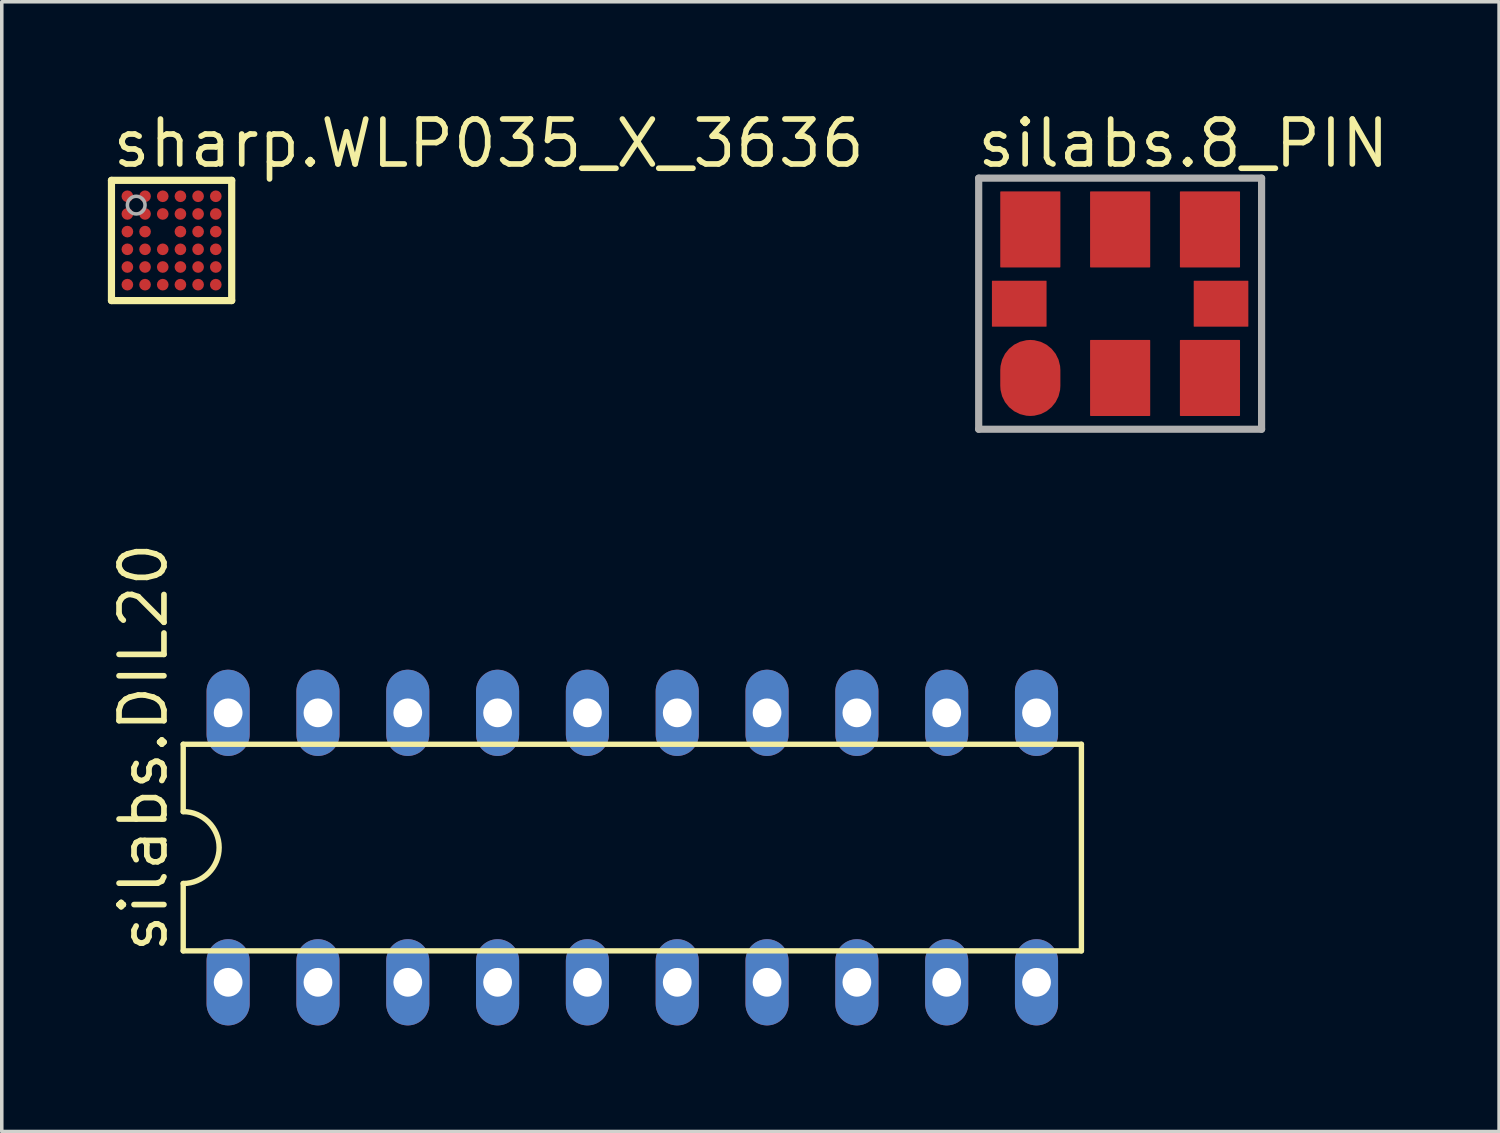
<source format=kicad_pcb>
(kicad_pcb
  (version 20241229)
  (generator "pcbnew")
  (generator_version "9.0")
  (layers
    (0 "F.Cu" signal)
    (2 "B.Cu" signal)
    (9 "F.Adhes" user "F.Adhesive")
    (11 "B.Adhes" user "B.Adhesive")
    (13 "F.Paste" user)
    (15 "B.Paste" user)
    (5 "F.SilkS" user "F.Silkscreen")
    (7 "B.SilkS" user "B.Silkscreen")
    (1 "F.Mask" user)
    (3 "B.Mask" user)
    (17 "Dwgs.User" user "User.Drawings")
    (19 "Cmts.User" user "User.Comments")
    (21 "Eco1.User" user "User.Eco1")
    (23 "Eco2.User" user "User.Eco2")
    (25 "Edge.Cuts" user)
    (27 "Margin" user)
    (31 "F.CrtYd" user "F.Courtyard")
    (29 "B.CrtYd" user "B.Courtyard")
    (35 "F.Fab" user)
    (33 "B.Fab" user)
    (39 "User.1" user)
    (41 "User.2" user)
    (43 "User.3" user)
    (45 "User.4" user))
  (footprint "silabs.8_PIN"
    (layer "F.Cu")
    (at 28.626 5.538)
    (property "Reference" "silabs.8_PIN" (at -4.122 -3.788 0) (layer "F.SilkS") (effects (font (size 1.27 1.27) (thickness 0.16)) (justify left bottom)))
    (attr smd)
    (fp_rect (start -3.725 0.75) (end -1.975 -0.75) (stroke (width 0.05) (type default)) (fill yes) (layer "F.Mask"))
    (fp_rect (start -3.5 -0.925) (end -1.575 -3.275) (stroke (width 0.05) (type default)) (fill yes) (layer "F.Mask"))
    (fp_rect (start -0.965 3.275) (end 0.96 0.925) (stroke (width 0.05) (type default)) (fill yes) (layer "F.Mask"))
    (fp_rect (start -0.96 -0.925) (end 0.965 -3.275) (stroke (width 0.05) (type default)) (fill yes) (layer "F.Mask"))
    (fp_rect (start 1.575 3.275) (end 3.5 0.925) (stroke (width 0.05) (type default)) (fill yes) (layer "F.Mask"))
    (fp_rect (start 1.58 -0.925) (end 3.505 -3.275) (stroke (width 0.05) (type default)) (fill yes) (layer "F.Mask"))
    (fp_rect (start 1.975 0.75) (end 3.725 -0.75) (stroke (width 0.05) (type default)) (fill yes) (layer "F.Mask"))
    (fp_poly (pts (xy -3.375 2.75) (xy -3.375 1.45) (xy -2.975 1.05) (xy -2.125 1.05) (xy -1.725 1.45) (xy -1.725 2.775) (xy -2.1 3.15) (xy -2.95 3.15)) (stroke (width 0.203) (type default)) (fill yes) (layer "F.Mask"))
    (fp_rect (start -3.55 0.6) (end -2.15 -0.6) (stroke (width 0.05) (type default)) (fill yes) (layer "F.Paste"))
    (fp_rect (start -3.325 -1.075) (end -1.75 -3.1) (stroke (width 0.05) (type default)) (fill yes) (layer "F.Paste"))
    (fp_rect (start -0.775 -1.075) (end 0.775 -3.1) (stroke (width 0.05) (type default)) (fill yes) (layer "F.Paste"))
    (fp_rect (start -0.775 3.1) (end 0.775 1.075) (stroke (width 0.05) (type default)) (fill yes) (layer "F.Paste"))
    (fp_rect (start 1.75 3.1) (end 3.325 1.075) (stroke (width 0.05) (type default)) (fill yes) (layer "F.Paste"))
    (fp_rect (start 1.775 -1.075) (end 3.325 -3.1) (stroke (width 0.05) (type default)) (fill yes) (layer "F.Paste"))
    (fp_rect (start 2.15 0.6) (end 3.55 -0.6) (stroke (width 0.05) (type default)) (fill yes) (layer "F.Paste"))
    (fp_poly (pts (xy -3.2 2.775) (xy -3.2 1.45) (xy -2.925 1.2) (xy -2.125 1.2) (xy -1.875 1.45) (xy -1.875 2.75) (xy -2.125 3) (xy -2.975 3)) (stroke (width 0.203) (type default)) (fill yes) (layer "F.Paste"))
    (fp_line (start -4 -3.55) (end 4 -3.55) (stroke (width 0.203) (type default)) (layer "F.Fab"))
    (fp_line (start -4 3.55) (end -4 -3.55) (stroke (width 0.203) (type default)) (layer "F.Fab"))
    (fp_line (start 4 -3.55) (end 4 3.55) (stroke (width 0.203) (type default)) (layer "F.Fab"))
    (fp_line (start 4 3.55) (end -4 3.55) (stroke (width 0.203) (type default)) (layer "F.Fab"))
    (pad "1" smd roundrect (at -2.54 2.1) (size 1.7 2.15) (layers "F.Cu" "F.Mask" "F.Paste") (roundrect_rratio 0.5))
    (pad "2" smd roundrect (at 0 2.1) (size 1.7 2.15) (layers "F.Cu" "F.Mask" "F.Paste") (roundrect_rratio 0.01))
    (pad "3" smd roundrect (at 2.54 2.1) (size 1.7 2.15) (layers "F.Cu" "F.Mask" "F.Paste") (roundrect_rratio 0.01))
    (pad "4" smd roundrect (at 2.54 -2.1) (size 1.7 2.15) (layers "F.Cu" "F.Mask" "F.Paste") (roundrect_rratio 0.01))
    (pad "5" smd roundrect (at 0 -2.1) (size 1.7 2.15) (layers "F.Cu" "F.Mask" "F.Paste") (roundrect_rratio 0.01))
    (pad "6" smd roundrect (at -2.54 -2.1) (size 1.7 2.15) (layers "F.Cu" "F.Mask" "F.Paste") (roundrect_rratio 0.01))
    (pad "7" smd roundrect (at -2.853 0) (size 1.545 1.3) (layers "F.Cu" "F.Mask" "F.Paste") (roundrect_rratio 0.01))
    (pad "8" smd roundrect (at 2.853 0) (size 1.545 1.3) (layers "F.Cu" "F.Mask" "F.Paste") (roundrect_rratio 0.01)))
  (footprint "silabs.DIL20"
    (layer "F.Cu")
    (at 14.831 20.918)
    (property "Reference" "silabs.DIL20" (at -13.081 3.048 90) (layer "F.SilkS") (effects (font (size 1.27 1.27) (thickness 0.16)) (justify left bottom)))
    (attr through_hole)
    (fp_line (start -12.7 -2.921) (end -12.7 -1.016) (stroke (width 0.152) (type default)) (layer "F.SilkS"))
    (fp_line (start -12.7 2.921) (end -12.7 1.016) (stroke (width 0.152) (type default)) (layer "F.SilkS"))
    (fp_line (start -12.7 2.921) (end 12.7 2.921) (stroke (width 0.152) (type default)) (layer "F.SilkS"))
    (fp_line (start 12.7 -2.921) (end -12.7 -2.921) (stroke (width 0.152) (type default)) (layer "F.SilkS"))
    (fp_line (start 12.7 -2.921) (end 12.7 2.921) (stroke (width 0.152) (type default)) (layer "F.SilkS"))
    (fp_arc (start -12.7 -1.016) (mid -11.684 0) (end -12.7 1.016) (stroke (width 0.1524) (type default)) (layer "F.SilkS"))
    (pad "1" thru_hole oval (at -11.43 3.81 90) (size 2.438 1.219) (drill 0.813) (layers "*.Cu" "*.Mask"))
    (pad "2" thru_hole oval (at -8.89 3.81 90) (size 2.438 1.219) (drill 0.813) (layers "*.Cu" "*.Mask"))
    (pad "3" thru_hole oval (at -6.35 3.81 90) (size 2.438 1.219) (drill 0.813) (layers "*.Cu" "*.Mask"))
    (pad "4" thru_hole oval (at -3.81 3.81 90) (size 2.438 1.219) (drill 0.813) (layers "*.Cu" "*.Mask"))
    (pad "5" thru_hole oval (at -1.27 3.81 90) (size 2.438 1.219) (drill 0.813) (layers "*.Cu" "*.Mask"))
    (pad "6" thru_hole oval (at 1.27 3.81 90) (size 2.438 1.219) (drill 0.813) (layers "*.Cu" "*.Mask"))
    (pad "7" thru_hole oval (at 3.81 3.81 90) (size 2.438 1.219) (drill 0.813) (layers "*.Cu" "*.Mask"))
    (pad "8" thru_hole oval (at 6.35 3.81 90) (size 2.438 1.219) (drill 0.813) (layers "*.Cu" "*.Mask"))
    (pad "9" thru_hole oval (at 8.89 3.81 90) (size 2.438 1.219) (drill 0.813) (layers "*.Cu" "*.Mask"))
    (pad "10" thru_hole oval (at 11.43 3.81 90) (size 2.438 1.219) (drill 0.813) (layers "*.Cu" "*.Mask"))
    (pad "11" thru_hole oval (at 11.43 -3.81 90) (size 2.438 1.219) (drill 0.813) (layers "*.Cu" "*.Mask"))
    (pad "12" thru_hole oval (at 8.89 -3.81 90) (size 2.438 1.219) (drill 0.813) (layers "*.Cu" "*.Mask"))
    (pad "13" thru_hole oval (at 6.35 -3.81 90) (size 2.438 1.219) (drill 0.813) (layers "*.Cu" "*.Mask"))
    (pad "14" thru_hole oval (at 3.81 -3.81 90) (size 2.438 1.219) (drill 0.813) (layers "*.Cu" "*.Mask"))
    (pad "15" thru_hole oval (at 1.27 -3.81 90) (size 2.438 1.219) (drill 0.813) (layers "*.Cu" "*.Mask"))
    (pad "16" thru_hole oval (at -1.27 -3.81 90) (size 2.438 1.219) (drill 0.813) (layers "*.Cu" "*.Mask"))
    (pad "17" thru_hole oval (at -3.81 -3.81 90) (size 2.438 1.219) (drill 0.813) (layers "*.Cu" "*.Mask"))
    (pad "18" thru_hole oval (at -6.35 -3.81 90) (size 2.438 1.219) (drill 0.813) (layers "*.Cu" "*.Mask"))
    (pad "19" thru_hole oval (at -8.89 -3.81 90) (size 2.438 1.219) (drill 0.813) (layers "*.Cu" "*.Mask"))
    (pad "20" thru_hole oval (at -11.43 -3.81 90) (size 2.438 1.219) (drill 0.813) (layers "*.Cu" "*.Mask")))
  (footprint "sharp.WLP035_X_3636"
    (layer "F.Cu")
    (at 1.802 3.75)
    (property "Reference" "sharp.WLP035_X_3636" (at -1.75 -2 0) (layer "F.SilkS") (effects (font (size 1.27 1.27) (thickness 0.16)) (justify left bottom)))
    (attr smd)
    (fp_circle (center -1.25 -1.25) (end -1.05 -1.25) (stroke (width 0.1) (type default)) (fill no) (layer "F.Mask"))
    (fp_circle (center -1.25 -0.75) (end -1.05 -0.75) (stroke (width 0.1) (type default)) (fill no) (layer "F.Mask"))
    (fp_circle (center -1.25 -0.25) (end -1.05 -0.25) (stroke (width 0.1) (type default)) (fill no) (layer "F.Mask"))
    (fp_circle (center -1.25 0.25) (end -1.05 0.25) (stroke (width 0.1) (type default)) (fill no) (layer "F.Mask"))
    (fp_circle (center -1.25 0.75) (end -1.05 0.75) (stroke (width 0.1) (type default)) (fill no) (layer "F.Mask"))
    (fp_circle (center -1.25 1.25) (end -1.05 1.25) (stroke (width 0.1) (type default)) (fill no) (layer "F.Mask"))
    (fp_circle (center -0.75 -1.25) (end -0.55 -1.25) (stroke (width 0.1) (type default)) (fill no) (layer "F.Mask"))
    (fp_circle (center -0.75 -0.75) (end -0.55 -0.75) (stroke (width 0.1) (type default)) (fill no) (layer "F.Mask"))
    (fp_circle (center -0.75 -0.25) (end -0.55 -0.25) (stroke (width 0.1) (type default)) (fill no) (layer "F.Mask"))
    (fp_circle (center -0.75 0.25) (end -0.55 0.25) (stroke (width 0.1) (type default)) (fill no) (layer "F.Mask"))
    (fp_circle (center -0.75 0.75) (end -0.55 0.75) (stroke (width 0.1) (type default)) (fill no) (layer "F.Mask"))
    (fp_circle (center -0.75 1.25) (end -0.55 1.25) (stroke (width 0.1) (type default)) (fill no) (layer "F.Mask"))
    (fp_circle (center -0.25 -1.25) (end -0.05 -1.25) (stroke (width 0.1) (type default)) (fill no) (layer "F.Mask"))
    (fp_circle (center -0.25 -0.75) (end -0.05 -0.75) (stroke (width 0.1) (type default)) (fill no) (layer "F.Mask"))
    (fp_circle (center -0.25 0.25) (end -0.05 0.25) (stroke (width 0.1) (type default)) (fill no) (layer "F.Mask"))
    (fp_circle (center -0.25 0.75) (end -0.05 0.75) (stroke (width 0.1) (type default)) (fill no) (layer "F.Mask"))
    (fp_circle (center -0.25 1.25) (end -0.05 1.25) (stroke (width 0.1) (type default)) (fill no) (layer "F.Mask"))
    (fp_circle (center 0.25 -1.25) (end 0.45 -1.25) (stroke (width 0.1) (type default)) (fill no) (layer "F.Mask"))
    (fp_circle (center 0.25 -0.75) (end 0.45 -0.75) (stroke (width 0.1) (type default)) (fill no) (layer "F.Mask"))
    (fp_circle (center 0.25 -0.25) (end 0.45 -0.25) (stroke (width 0.1) (type default)) (fill no) (layer "F.Mask"))
    (fp_circle (center 0.25 0.25) (end 0.45 0.25) (stroke (width 0.1) (type default)) (fill no) (layer "F.Mask"))
    (fp_circle (center 0.25 0.75) (end 0.45 0.75) (stroke (width 0.1) (type default)) (fill no) (layer "F.Mask"))
    (fp_circle (center 0.25 1.25) (end 0.45 1.25) (stroke (width 0.1) (type default)) (fill no) (layer "F.Mask"))
    (fp_circle (center 0.75 -1.25) (end 0.95 -1.25) (stroke (width 0.1) (type default)) (fill no) (layer "F.Mask"))
    (fp_circle (center 0.75 -0.75) (end 0.95 -0.75) (stroke (width 0.1) (type default)) (fill no) (layer "F.Mask"))
    (fp_circle (center 0.75 -0.25) (end 0.95 -0.25) (stroke (width 0.1) (type default)) (fill no) (layer "F.Mask"))
    (fp_circle (center 0.75 0.25) (end 0.95 0.25) (stroke (width 0.1) (type default)) (fill no) (layer "F.Mask"))
    (fp_circle (center 0.75 0.75) (end 0.95 0.75) (stroke (width 0.1) (type default)) (fill no) (layer "F.Mask"))
    (fp_circle (center 0.75 1.25) (end 0.95 1.25) (stroke (width 0.1) (type default)) (fill no) (layer "F.Mask"))
    (fp_circle (center 1.25 -1.25) (end 1.45 -1.25) (stroke (width 0.1) (type default)) (fill no) (layer "F.Mask"))
    (fp_circle (center 1.25 -0.75) (end 1.45 -0.75) (stroke (width 0.1) (type default)) (fill no) (layer "F.Mask"))
    (fp_circle (center 1.25 -0.25) (end 1.45 -0.25) (stroke (width 0.1) (type default)) (fill no) (layer "F.Mask"))
    (fp_circle (center 1.25 0.25) (end 1.45 0.25) (stroke (width 0.1) (type default)) (fill no) (layer "F.Mask"))
    (fp_circle (center 1.25 0.75) (end 1.45 0.75) (stroke (width 0.1) (type default)) (fill no) (layer "F.Mask"))
    (fp_circle (center 1.25 1.25) (end 1.45 1.25) (stroke (width 0.1) (type default)) (fill no) (layer "F.Mask"))
    (fp_line (start -1.7 -1.7) (end 1.7 -1.7) (stroke (width 0.203) (type default)) (layer "F.SilkS"))
    (fp_line (start -1.7 1.7) (end -1.7 -1.7) (stroke (width 0.203) (type default)) (layer "F.SilkS"))
    (fp_line (start 1.7 -1.7) (end 1.7 1.7) (stroke (width 0.203) (type default)) (layer "F.SilkS"))
    (fp_line (start 1.7 1.7) (end -1.7 1.7) (stroke (width 0.203) (type default)) (layer "F.SilkS"))
    (fp_circle (center -1 -1) (end -0.75 -1) (stroke (width 0.1) (type default)) (fill no) (layer "F.Fab"))
    (pad "A1" smd roundrect (at -1.25 -1.25) (size 0.33 0.33) (layers "F.Cu" "F.Mask" "F.Paste") (roundrect_rratio 0.5))
    (pad "A2" smd roundrect (at -0.75 -1.25) (size 0.33 0.33) (layers "F.Cu" "F.Mask" "F.Paste") (roundrect_rratio 0.5))
    (pad "A3" smd roundrect (at -0.25 -1.25) (size 0.33 0.33) (layers "F.Cu" "F.Mask" "F.Paste") (roundrect_rratio 0.5))
    (pad "A4" smd roundrect (at 0.25 -1.25) (size 0.33 0.33) (layers "F.Cu" "F.Mask" "F.Paste") (roundrect_rratio 0.5))
    (pad "A5" smd roundrect (at 0.75 -1.25) (size 0.33 0.33) (layers "F.Cu" "F.Mask" "F.Paste") (roundrect_rratio 0.5))
    (pad "A6" smd roundrect (at 1.25 -1.25) (size 0.33 0.33) (layers "F.Cu" "F.Mask" "F.Paste") (roundrect_rratio 0.5))
    (pad "B1" smd roundrect (at -1.25 -0.75) (size 0.33 0.33) (layers "F.Cu" "F.Mask" "F.Paste") (roundrect_rratio 0.5))
    (pad "B2" smd roundrect (at -0.75 -0.75) (size 0.33 0.33) (layers "F.Cu" "F.Mask" "F.Paste") (roundrect_rratio 0.5))
    (pad "B3" smd roundrect (at -0.25 -0.75) (size 0.33 0.33) (layers "F.Cu" "F.Mask" "F.Paste") (roundrect_rratio 0.5))
    (pad "B4" smd roundrect (at 0.25 -0.75) (size 0.33 0.33) (layers "F.Cu" "F.Mask" "F.Paste") (roundrect_rratio 0.5))
    (pad "B5" smd roundrect (at 0.75 -0.75) (size 0.33 0.33) (layers "F.Cu" "F.Mask" "F.Paste") (roundrect_rratio 0.5))
    (pad "B6" smd roundrect (at 1.25 -0.75) (size 0.33 0.33) (layers "F.Cu" "F.Mask" "F.Paste") (roundrect_rratio 0.5))
    (pad "C1" smd roundrect (at -1.25 -0.25) (size 0.33 0.33) (layers "F.Cu" "F.Mask" "F.Paste") (roundrect_rratio 0.5))
    (pad "C2" smd roundrect (at -0.75 -0.25) (size 0.33 0.33) (layers "F.Cu" "F.Mask" "F.Paste") (roundrect_rratio 0.5))
    (pad "C4" smd roundrect (at 0.25 -0.25) (size 0.33 0.33) (layers "F.Cu" "F.Mask" "F.Paste") (roundrect_rratio 0.5))
    (pad "C5" smd roundrect (at 0.75 -0.25) (size 0.33 0.33) (layers "F.Cu" "F.Mask" "F.Paste") (roundrect_rratio 0.5))
    (pad "C6" smd roundrect (at 1.25 -0.25) (size 0.33 0.33) (layers "F.Cu" "F.Mask" "F.Paste") (roundrect_rratio 0.5))
    (pad "D1" smd roundrect (at -1.25 0.25) (size 0.33 0.33) (layers "F.Cu" "F.Mask" "F.Paste") (roundrect_rratio 0.5))
    (pad "D2" smd roundrect (at -0.75 0.25) (size 0.33 0.33) (layers "F.Cu" "F.Mask" "F.Paste") (roundrect_rratio 0.5))
    (pad "D3" smd roundrect (at -0.25 0.25) (size 0.33 0.33) (layers "F.Cu" "F.Mask" "F.Paste") (roundrect_rratio 0.5))
    (pad "D4" smd roundrect (at 0.25 0.25) (size 0.33 0.33) (layers "F.Cu" "F.Mask" "F.Paste") (roundrect_rratio 0.5))
    (pad "D5" smd roundrect (at 0.75 0.25) (size 0.33 0.33) (layers "F.Cu" "F.Mask" "F.Paste") (roundrect_rratio 0.5))
    (pad "D6" smd roundrect (at 1.25 0.25) (size 0.33 0.33) (layers "F.Cu" "F.Mask" "F.Paste") (roundrect_rratio 0.5))
    (pad "E1" smd roundrect (at -1.25 0.75) (size 0.33 0.33) (layers "F.Cu" "F.Mask" "F.Paste") (roundrect_rratio 0.5))
    (pad "E2" smd roundrect (at -0.75 0.75) (size 0.33 0.33) (layers "F.Cu" "F.Mask" "F.Paste") (roundrect_rratio 0.5))
    (pad "E3" smd roundrect (at -0.25 0.75) (size 0.33 0.33) (layers "F.Cu" "F.Mask" "F.Paste") (roundrect_rratio 0.5))
    (pad "E4" smd roundrect (at 0.25 0.75) (size 0.33 0.33) (layers "F.Cu" "F.Mask" "F.Paste") (roundrect_rratio 0.5))
    (pad "E5" smd roundrect (at 0.75 0.75) (size 0.33 0.33) (layers "F.Cu" "F.Mask" "F.Paste") (roundrect_rratio 0.5))
    (pad "E6" smd roundrect (at 1.25 0.75) (size 0.33 0.33) (layers "F.Cu" "F.Mask" "F.Paste") (roundrect_rratio 0.5))
    (pad "F1" smd roundrect (at -1.25 1.25) (size 0.33 0.33) (layers "F.Cu" "F.Mask" "F.Paste") (roundrect_rratio 0.5))
    (pad "F2" smd roundrect (at -0.75 1.25) (size 0.33 0.33) (layers "F.Cu" "F.Mask" "F.Paste") (roundrect_rratio 0.5))
    (pad "F3" smd roundrect (at -0.25 1.25) (size 0.33 0.33) (layers "F.Cu" "F.Mask" "F.Paste") (roundrect_rratio 0.5))
    (pad "F4" smd roundrect (at 0.25 1.25) (size 0.33 0.33) (layers "F.Cu" "F.Mask" "F.Paste") (roundrect_rratio 0.5))
    (pad "F5" smd roundrect (at 0.75 1.25) (size 0.33 0.33) (layers "F.Cu" "F.Mask" "F.Paste") (roundrect_rratio 0.5))
    (pad "F6" smd roundrect (at 1.25 1.25) (size 0.33 0.33) (layers "F.Cu" "F.Mask" "F.Paste") (roundrect_rratio 0.5)))
  (gr_rect
    (start -3 -3)
    (end 39.342 28.948)
    (stroke (width 0.1) (type default))
    (fill no)
    (layer "Edge.Cuts")))
</source>
